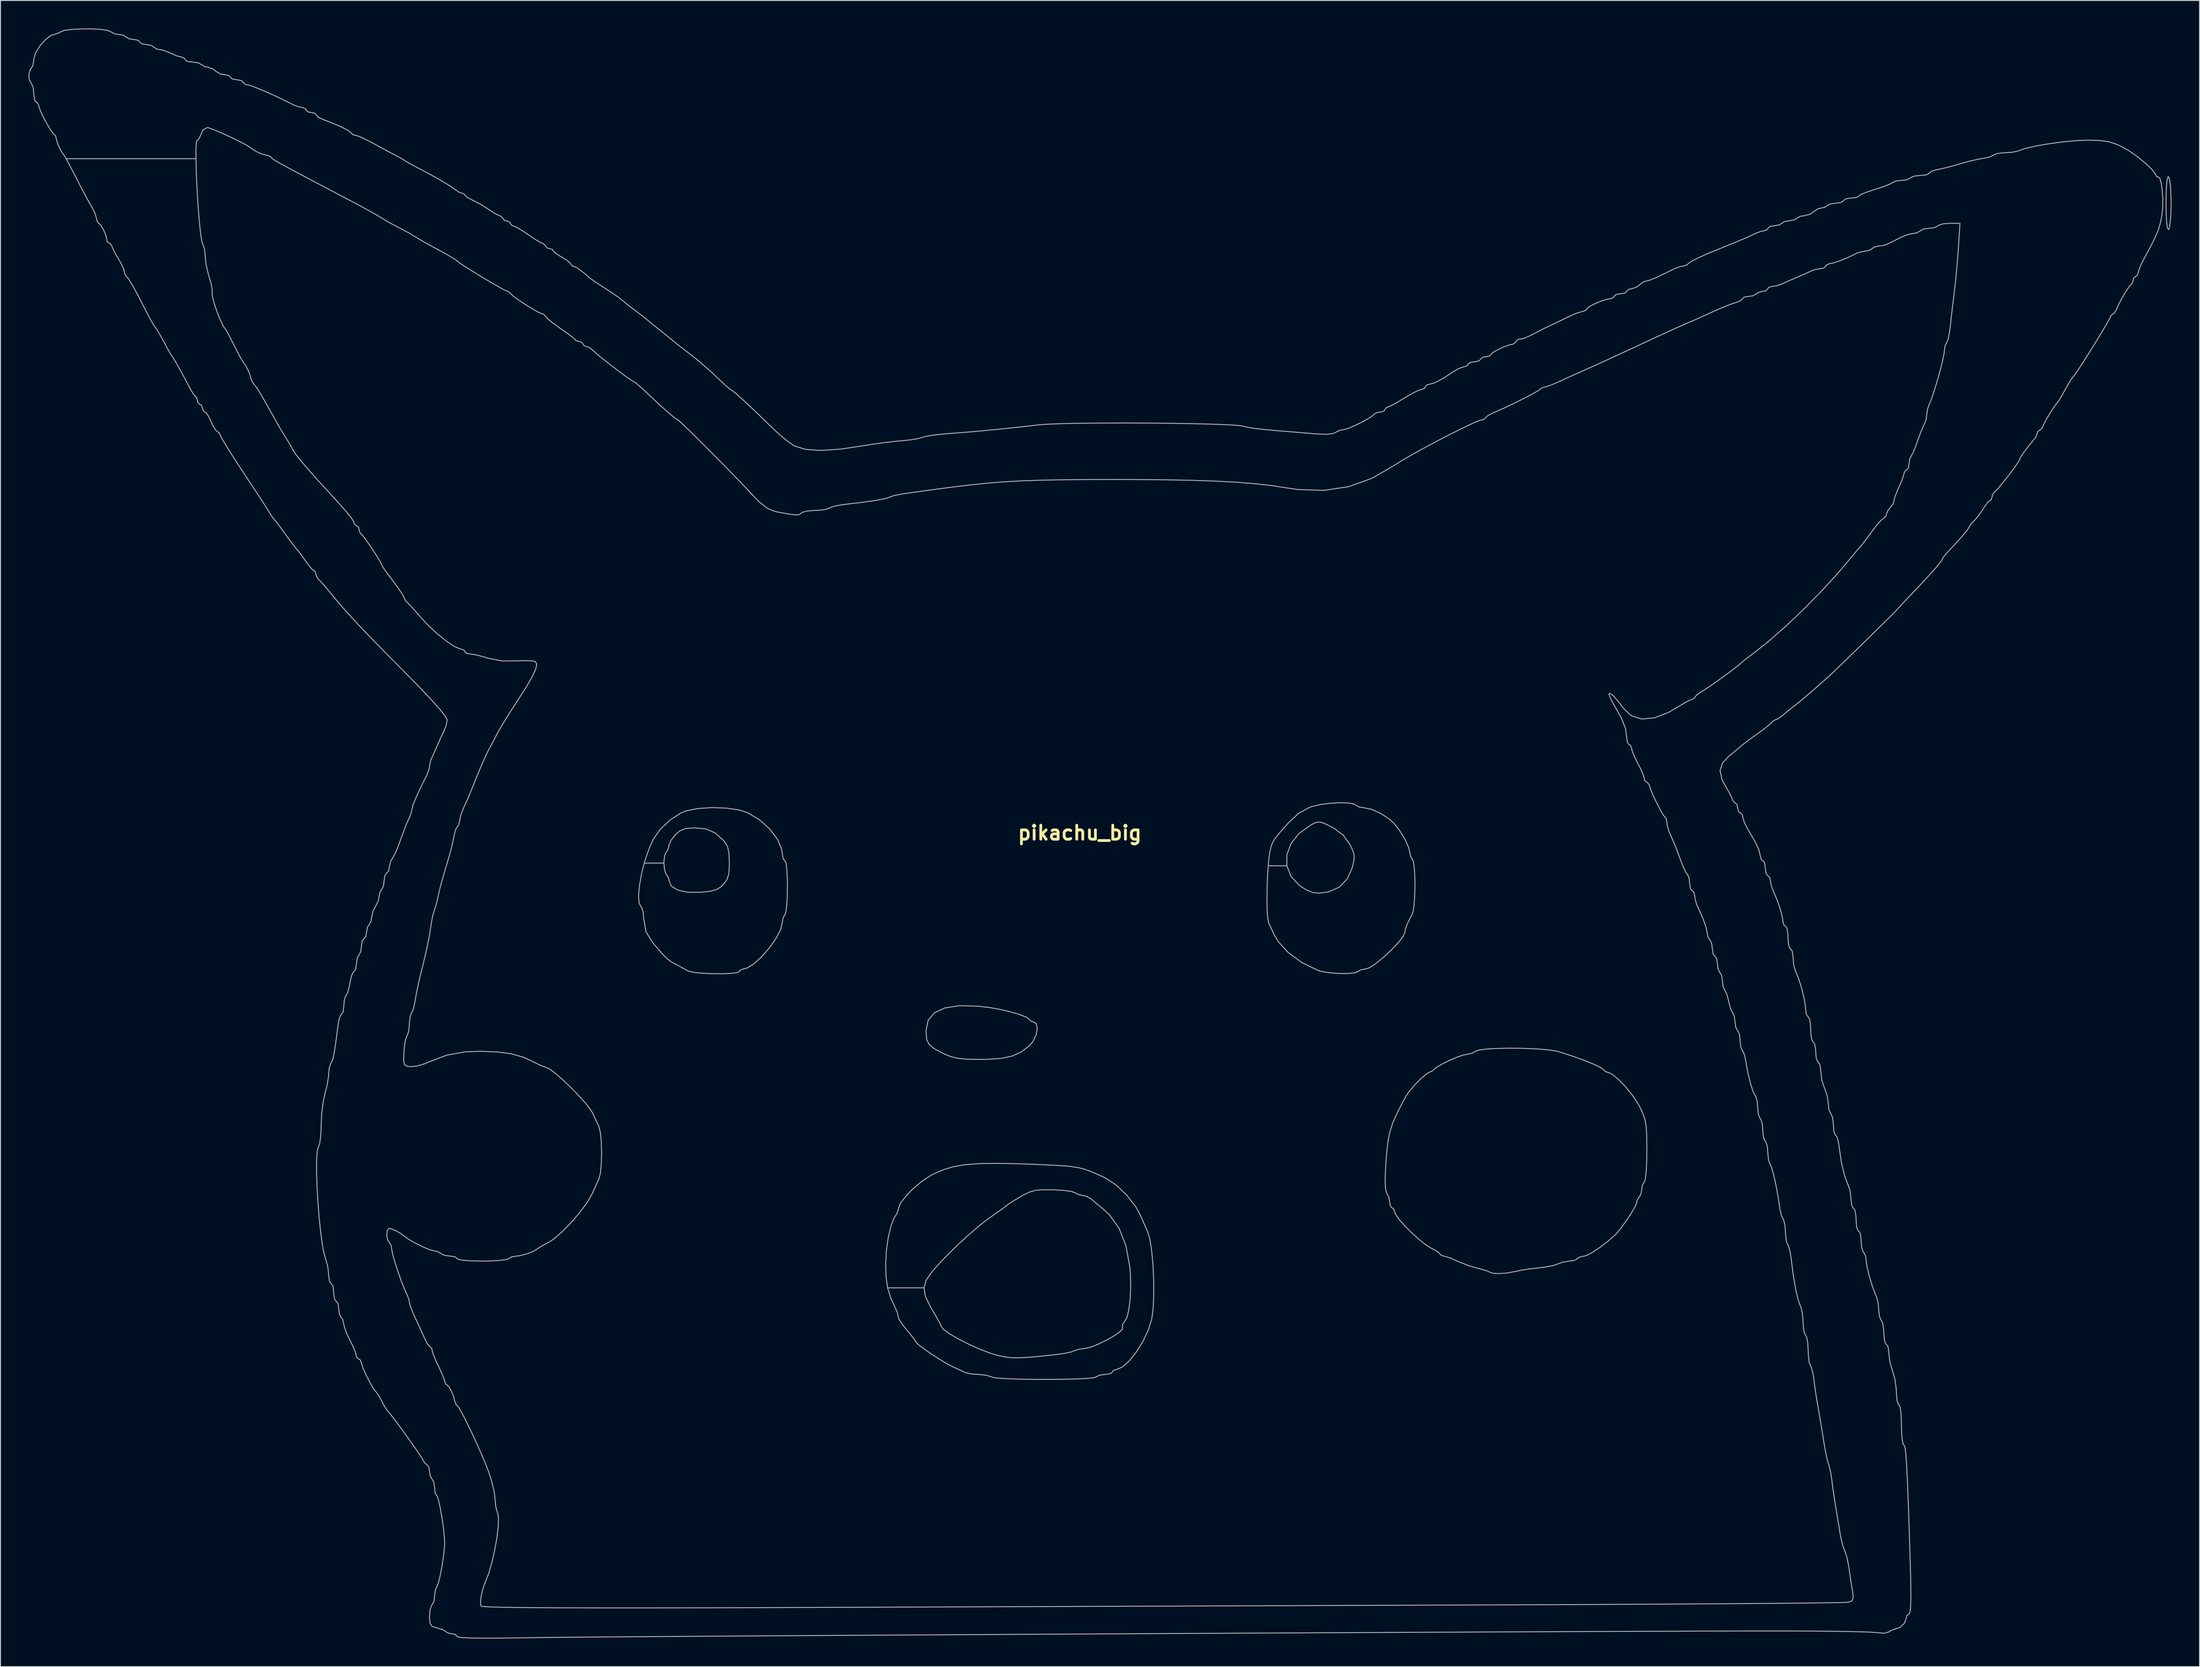
<source format=kicad_pcb>
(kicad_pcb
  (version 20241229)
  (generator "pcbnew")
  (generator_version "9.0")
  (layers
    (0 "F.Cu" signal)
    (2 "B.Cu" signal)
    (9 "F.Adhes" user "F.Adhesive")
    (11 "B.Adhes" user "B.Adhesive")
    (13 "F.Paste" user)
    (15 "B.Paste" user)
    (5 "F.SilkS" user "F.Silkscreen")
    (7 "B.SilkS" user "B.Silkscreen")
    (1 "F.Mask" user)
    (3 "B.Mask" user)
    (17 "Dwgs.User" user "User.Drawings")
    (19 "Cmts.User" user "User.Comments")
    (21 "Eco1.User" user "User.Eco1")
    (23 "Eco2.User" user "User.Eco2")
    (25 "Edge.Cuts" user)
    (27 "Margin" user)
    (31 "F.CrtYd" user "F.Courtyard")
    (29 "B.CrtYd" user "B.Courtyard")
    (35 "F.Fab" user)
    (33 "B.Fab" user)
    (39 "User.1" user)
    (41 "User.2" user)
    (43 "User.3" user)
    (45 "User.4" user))
  (footprint "pikachu_big"
    (layer "F.Cu")
    (at 112.713 86.295)
    (property "Reference" "pikachu_big" (at 0 0 0) (layer "F.SilkS") (effects (font (size 1.5 1.5) (thickness 0.3))))
    (attr board_only exclude_from_pos_files exclude_from_bom)
    (fp_poly (pts (xy 116.849 -70.063) (xy 116.939 -69.315) (xy 116.993 -68.267) (xy 117.002 -67.553) (xy 116.976 -66.384) (xy 116.906 -65.444) (xy 116.804 -64.853) (xy 116.732 -64.716) (xy 116.603 -64.89) (xy 116.514 -65.576) (xy 116.468 -66.748) (xy 116.462 -67.553) (xy 116.484 -68.971) (xy 116.551 -69.917) (xy 116.659 -70.364) (xy 116.732 -70.39)) (stroke (width 0.1) (type solid)) (fill no) (layer "F.Fab"))
    (fp_poly (pts (xy -10.859 18.597) (xy -9.593 18.749) (xy -8.461 18.954) (xy -7.353 19.219) (xy -6.392 19.507) (xy -5.702 19.781) (xy -5.407 20.002) (xy -5.404 20.021) (xy -5.185 20.238) (xy -4.999 20.266) (xy -4.656 20.475) (xy -4.559 21.001) (xy -4.687 21.688) (xy -5.02 22.384) (xy -5.337 22.768) (xy -6.215 23.466) (xy -7.209 23.93) (xy -8.441 24.197) (xy -10.034 24.301) (xy -10.732 24.305) (xy -12.065 24.277) (xy -13.026 24.191) (xy -13.782 24.018) (xy -14.499 23.731) (xy -14.711 23.629) (xy -15.636 23.13) (xy -16.167 22.682) (xy -16.411 22.136) (xy -16.478 21.344) (xy -16.479 21.191) (xy -16.254 20.1) (xy -15.574 19.293) (xy -14.444 18.772) (xy -12.87 18.54)) (stroke (width 0.1) (type solid)) (fill no) (layer "F.Fab"))
    (fp_poly (pts (xy 28.809 -3.207) (xy 29.426 -3.085) (xy 29.588 -2.972) (xy 29.96 -2.764) (xy 30.426 -2.702) (xy 31.289 -2.524) (xy 32.304 -2.066) (xy 33.249 -1.44) (xy 33.683 -1.04) (xy 34.297 -0.248) (xy 34.853 0.674) (xy 35.253 1.543) (xy 35.398 2.154) (xy 35.524 2.668) (xy 35.668 2.837) (xy 35.786 3.165) (xy 35.877 3.906) (xy 35.93 4.934) (xy 35.938 5.559) (xy 35.911 6.738) (xy 35.836 7.758) (xy 35.729 8.465) (xy 35.668 8.65) (xy 35.308 9.366) (xy 35.128 9.724) (xy 34.905 10.347) (xy 34.857 10.675) (xy 34.658 11.126) (xy 34.137 11.79) (xy 33.405 12.561) (xy 32.577 13.333) (xy 31.766 13.998) (xy 31.085 14.452) (xy 30.69 14.591) (xy 30.116 14.69) (xy 29.859 14.862) (xy 29.5 15.013) (xy 28.77 15.086) (xy 27.83 15.086) (xy 26.843 15.016) (xy 25.972 14.88) (xy 25.535 14.754) (xy 23.812 13.91) (xy 22.349 12.839) (xy 21.255 11.632) (xy 20.842 10.925) (xy 20.483 10.152) (xy 20.249 9.646) (xy 20.145 9.124) (xy 20.086 8.196) (xy 20.068 6.996) (xy 20.09 5.656) (xy 20.149 4.31) (xy 20.207 3.532) (xy 22.203 3.532) (xy 22.641 4.659) (xy 23.528 5.632) (xy 24.245 6.091) (xy 24.971 6.394) (xy 25.683 6.466) (xy 26.638 6.332) (xy 26.679 6.324) (xy 27.82 5.833) (xy 28.698 4.906) (xy 29.232 3.68) (xy 29.416 2.853) (xy 29.394 2.249) (xy 29.134 1.587) (xy 28.949 1.228) (xy 28.241 0.238) (xy 27.229 -0.511) (xy 26.997 -0.637) (xy 26.219 -1.022) (xy 25.719 -1.171) (xy 25.301 -1.105) (xy 24.809 -0.865) (xy 23.517 0.052) (xy 22.648 1.146) (xy 22.207 2.334) (xy 22.203 3.532) (xy 20.207 3.532) (xy 20.241 3.09) (xy 20.364 2.129) (xy 20.407 1.907) (xy 20.531 1.404) (xy 20.692 0.993) (xy 20.97 0.556) (xy 21.44 -0.024) (xy 22.179 -0.864) (xy 22.371 -1.079) (xy 23.471 -2.104) (xy 24.628 -2.73) (xy 24.854 -2.81) (xy 25.769 -3.031) (xy 26.832 -3.174) (xy 27.895 -3.235)) (stroke (width 0.1) (type solid)) (fill no) (layer "F.Fab"))
    (fp_poly (pts (xy -37.915 -2.658) (xy -36.547 -2.463) (xy -35.596 -2.163) (xy -34.313 -1.384) (xy -33.213 -0.387) (xy -32.391 0.715) (xy -31.941 1.809) (xy -31.885 2.293) (xy -31.793 2.803) (xy -31.615 2.972) (xy -31.491 3.23) (xy -31.401 3.954) (xy -31.352 5.069) (xy -31.345 5.794) (xy -31.369 7.012) (xy -31.436 7.99) (xy -31.536 8.616) (xy -31.615 8.782) (xy -31.825 9.155) (xy -31.885 9.603) (xy -32.071 10.378) (xy -32.565 11.324) (xy -33.268 12.326) (xy -34.084 13.266) (xy -34.916 14.03) (xy -35.666 14.499) (xy -36.055 14.591) (xy -36.426 14.732) (xy -36.479 14.862) (xy -36.725 14.99) (xy -37.374 15.072) (xy -38.289 15.111) (xy -39.335 15.107) (xy -40.374 15.062) (xy -41.272 14.978) (xy -41.891 14.855) (xy -42.018 14.803) (xy -42.645 14.456) (xy -42.964 14.277) (xy -43.571 13.957) (xy -43.769 13.862) (xy -44.201 13.539) (xy -44.744 12.989) (xy -44.831 12.888) (xy -45.345 12.283) (xy -45.743 11.826) (xy -45.783 11.782) (xy -46.509 10.601) (xy -46.747 9.207) (xy -46.809 8.486) (xy -46.965 8.023) (xy -47.017 7.971) (xy -47.245 7.539) (xy -47.299 6.713) (xy -47.2 5.604) (xy -46.966 4.323) (xy -46.686 3.243) (xy -44.585 3.243) (xy -44.521 3.957) (xy -44.363 4.412) (xy -44.315 4.459) (xy -44.078 4.844) (xy -44.045 5.087) (xy -43.797 5.709) (xy -43.097 6.145) (xy -42.007 6.373) (xy -40.711 6.376) (xy -39.649 6.266) (xy -38.956 6.089) (xy -38.464 5.785) (xy -38.211 5.539) (xy -37.833 5.036) (xy -37.637 4.449) (xy -37.57 3.587) (xy -37.568 3.161) (xy -37.615 2.125) (xy -37.777 1.439) (xy -38.102 0.915) (xy -38.195 0.811) (xy -39.12 -0.012) (xy -40.11 -0.43) (xy -41.302 -0.54) (xy -42.234 -0.472) (xy -42.881 -0.21) (xy -43.332 0.172) (xy -43.806 0.77) (xy -44.039 1.308) (xy -44.045 1.372) (xy -44.178 1.874) (xy -44.315 2.027) (xy -44.489 2.381) (xy -44.581 3.052) (xy -44.585 3.243) (xy -46.686 3.243) (xy -46.618 2.981) (xy -46.175 1.689) (xy -45.72 0.676) (xy -44.963 -0.393) (xy -43.918 -1.382) (xy -42.777 -2.125) (xy -42.191 -2.364) (xy -40.928 -2.615) (xy -39.439 -2.711)) (stroke (width 0.1) (type solid)) (fill no) (layer "F.Fab"))
    (fp_poly (pts (xy 47.539 23.113) (xy 48.907 23.169) (xy 50.116 23.265) (xy 51.049 23.401) (xy 51.341 23.472) (xy 52.709 23.909) (xy 53.974 24.362) (xy 55.039 24.79) (xy 55.807 25.154) (xy 56.183 25.415) (xy 56.204 25.466) (xy 56.422 25.651) (xy 56.585 25.67) (xy 57.074 25.88) (xy 57.749 26.437) (xy 58.508 27.229) (xy 59.248 28.146) (xy 59.868 29.077) (xy 60.066 29.441) (xy 60.385 30.125) (xy 60.595 30.745) (xy 60.719 31.441) (xy 60.779 32.354) (xy 60.797 33.625) (xy 60.798 34.084) (xy 60.776 35.412) (xy 60.715 36.478) (xy 60.623 37.183) (xy 60.528 37.424) (xy 60.317 37.798) (xy 60.257 38.235) (xy 60.155 38.801) (xy 59.987 39.046) (xy 59.744 39.434) (xy 59.717 39.633) (xy 59.566 40.033) (xy 59.179 40.711) (xy 58.653 41.52) (xy 58.085 42.314) (xy 57.571 42.946) (xy 57.425 43.099) (xy 56.629 43.807) (xy 55.751 44.48) (xy 54.926 45.025) (xy 54.292 45.347) (xy 54.081 45.396) (xy 53.554 45.515) (xy 53.367 45.666) (xy 52.996 45.873) (xy 52.523 45.936) (xy 51.747 46.059) (xy 51.285 46.236) (xy 50.705 46.427) (xy 49.822 46.593) (xy 49.209 46.664) (xy 48.156 46.784) (xy 47.161 46.946) (xy 46.747 47.038) (xy 45.831 47.212) (xy 44.935 47.28) (xy 44.244 47.235) (xy 43.976 47.128) (xy 43.634 46.975) (xy 42.967 46.782) (xy 42.685 46.715) (xy 41.676 46.418) (xy 40.632 46.012) (xy 40.451 45.928) (xy 39.705 45.603) (xy 39.129 45.415) (xy 38.995 45.396) (xy 38.669 45.271) (xy 38.64 45.191) (xy 38.419 44.959) (xy 37.874 44.652) (xy 37.762 44.601) (xy 37.14 44.222) (xy 36.358 43.6) (xy 35.526 42.843) (xy 34.751 42.057) (xy 34.143 41.348) (xy 33.809 40.822) (xy 33.777 40.689) (xy 33.637 40.315) (xy 33.506 40.262) (xy 33.297 40.032) (xy 33.236 39.64) (xy 33.114 39.018) (xy 32.938 38.721) (xy 32.786 38.255) (xy 32.739 37.282) (xy 32.784 36.032) (xy 32.899 34.365) (xy 33.044 33.078) (xy 33.263 32.01) (xy 33.602 31.002) (xy 34.106 29.894) (xy 34.82 28.524) (xy 34.973 28.24) (xy 35.352 27.693) (xy 35.923 27.031) (xy 36.556 26.386) (xy 37.121 25.889) (xy 37.488 25.672) (xy 37.505 25.67) (xy 37.85 25.509) (xy 37.875 25.468) (xy 38.192 25.184) (xy 38.851 24.796) (xy 39.682 24.385) (xy 40.518 24.03) (xy 41.191 23.812) (xy 41.422 23.779) (xy 42.063 23.641) (xy 42.381 23.443) (xy 42.8 23.295) (xy 43.642 23.188) (xy 44.79 23.122) (xy 46.128 23.097)) (stroke (width 0.1) (type solid)) (fill no) (layer "F.Fab"))
    (fp_poly (pts (xy -6.89 35.488) (xy -5.254 35.543) (xy -3.702 35.609) (xy -2.36 35.681) (xy -1.352 35.751) (xy -0.946 35.792) (xy -0.147 35.914) (xy 0.538 36.084) (xy 1.288 36.36) (xy 2.284 36.803) (xy 2.684 36.989) (xy 3.861 37.747) (xy 5.023 38.841) (xy 5.997 40.093) (xy 6.475 40.964) (xy 6.854 41.829) (xy 7.176 42.562) (xy 7.294 42.829) (xy 7.527 43.651) (xy 7.714 44.872) (xy 7.848 46.354) (xy 7.923 47.955) (xy 7.933 49.538) (xy 7.87 50.962) (xy 7.73 52.087) (xy 7.717 52.151) (xy 7.359 53.307) (xy 6.795 54.505) (xy 6.1 55.637) (xy 5.35 56.593) (xy 4.62 57.268) (xy 3.987 57.552) (xy 3.929 57.555) (xy 3.562 57.698) (xy 3.513 57.826) (xy 3.278 58.017) (xy 2.718 58.096) (xy 2.094 58.179) (xy 1.756 58.366) (xy 1.441 58.456) (xy 0.686 58.528) (xy -0.41 58.581) (xy -1.747 58.615) (xy -3.226 58.63) (xy -4.745 58.627) (xy -6.207 58.605) (xy -7.511 58.565) (xy -8.558 58.506) (xy -9.247 58.428) (xy -9.457 58.366) (xy -9.988 58.19) (xy -10.759 58.102) (xy -10.88 58.1) (xy -11.684 58.035) (xy -12.311 57.882) (xy -12.366 57.857) (xy -12.949 57.576) (xy -13.646 57.259) (xy -14.255 56.939) (xy -15.05 56.46) (xy -15.903 55.904) (xy -16.691 55.358) (xy -17.286 54.906) (xy -17.563 54.633) (xy -17.569 54.611) (xy -17.735 54.332) (xy -18.157 53.792) (xy -18.515 53.37) (xy -19.048 52.698) (xy -19.389 52.151) (xy -19.455 51.948) (xy -19.571 51.423) (xy -19.693 51.134) (xy -20.264 49.893) (xy -20.602 48.807) (xy -16.701 48.807) (xy -16.556 49.695) (xy -16.037 50.794) (xy -15.807 51.186) (xy -15.331 52.001) (xy -14.99 52.626) (xy -14.86 52.927) (xy -14.622 53.257) (xy -13.988 53.72) (xy -13.065 54.261) (xy -11.963 54.824) (xy -10.792 55.353) (xy -9.661 55.793) (xy -8.678 56.087) (xy -8.66 56.091) (xy -7.973 56.227) (xy -7.286 56.302) (xy -6.487 56.313) (xy -5.469 56.258) (xy -4.121 56.136) (xy -2.567 55.97) (xy -1.637 55.837) (xy -0.902 55.679) (xy -0.587 55.563) (xy -0.074 55.39) (xy 0.643 55.295) (xy 1.222 55.157) (xy 2.022 54.832) (xy 2.902 54.397) (xy 3.718 53.928) (xy 4.328 53.501) (xy 4.592 53.193) (xy 4.594 53.175) (xy 4.571 52.789) (xy 4.731 52.496) (xy 4.788 52.451) (xy 5.054 52.003) (xy 5.262 51.138) (xy 5.402 49.977) (xy 5.46 48.642) (xy 5.425 47.254) (xy 5.371 46.595) (xy 4.954 44.299) (xy 4.223 42.426) (xy 3.166 40.956) (xy 2.603 40.437) (xy 1.915 39.867) (xy 1.365 39.395) (xy 1.204 39.248) (xy 0.635 38.954) (xy 0.344 38.911) (xy -0.237 38.767) (xy -0.449 38.624) (xy -0.84 38.482) (xy -1.62 38.365) (xy -2.634 38.294) (xy -2.867 38.286) (xy -4.009 38.281) (xy -4.812 38.36) (xy -5.478 38.565) (xy -6.206 38.939) (xy -6.35 39.022) (xy -7.105 39.476) (xy -7.652 39.829) (xy -7.836 39.972) (xy -8.113 40.194) (xy -8.712 40.626) (xy -9.507 41.176) (xy -9.552 41.207) (xy -10.652 42.039) (xy -11.958 43.158) (xy -13.331 44.435) (xy -14.633 45.738) (xy -15.725 46.94) (xy -15.882 47.128) (xy -16.476 47.997) (xy -16.701 48.807) (xy -20.602 48.807) (xy -20.604 48.801) (xy -20.767 47.624) (xy -20.806 46.254) (xy -20.735 44.84) (xy -20.539 43.447) (xy -20.252 42.217) (xy -19.902 41.288) (xy -19.635 40.891) (xy -19.465 40.482) (xy -19.455 40.355) (xy -19.243 39.766) (xy -18.68 39.002) (xy -17.874 38.171) (xy -16.934 37.381) (xy -15.969 36.739) (xy -15.656 36.575) (xy -14.615 36.132) (xy -13.532 35.81) (xy -12.306 35.597) (xy -10.839 35.482) (xy -9.029 35.451)) (stroke (width 0.1) (type solid)) (fill no) (layer "F.Fab"))
    (fp_poly (pts (xy -104.977 -86.194) (xy -104.253 -86.09) (xy -103.967 -85.971) (xy -103.457 -85.716) (xy -103.048 -85.657) (xy -102.498 -85.549) (xy -102.276 -85.387) (xy -101.903 -85.178) (xy -101.449 -85.117) (xy -100.949 -85.022) (xy -100.789 -84.847) (xy -100.559 -84.642) (xy -100.13 -84.577) (xy -99.558 -84.477) (xy -99.303 -84.306) (xy -98.917 -84.068) (xy -98.679 -84.035) (xy -98.122 -83.912) (xy -97.448 -83.629) (xy -96.792 -83.344) (xy -96.3 -83.226) (xy -95.961 -83.069) (xy -95.926 -82.955) (xy -95.691 -82.764) (xy -95.131 -82.685) (xy -94.507 -82.602) (xy -94.169 -82.415) (xy -93.786 -82.183) (xy -93.511 -82.145) (xy -92.928 -81.949) (xy -92.683 -81.739) (xy -92.159 -81.416) (xy -91.704 -81.334) (xy -91.212 -81.237) (xy -91.062 -81.064) (xy -90.83 -80.861) (xy -90.386 -80.794) (xy -89.878 -80.701) (xy -89.711 -80.523) (xy -89.489 -80.291) (xy -89.258 -80.253) (xy -88.832 -80.141) (xy -88.046 -79.839) (xy -87.023 -79.401) (xy -85.886 -78.881) (xy -84.758 -78.333) (xy -84.242 -78.068) (xy -83.635 -77.855) (xy -83.364 -77.821) (xy -83.002 -77.677) (xy -82.955 -77.551) (xy -82.729 -77.332) (xy -82.415 -77.281) (xy -81.976 -77.179) (xy -81.874 -77.037) (xy -81.649 -76.782) (xy -81.131 -76.53) (xy -80.066 -76.121) (xy -79.127 -75.707) (xy -78.433 -75.344) (xy -78.103 -75.09) (xy -78.091 -75.055) (xy -77.874 -74.869) (xy -77.712 -74.849) (xy -77.293 -74.724) (xy -76.57 -74.398) (xy -75.753 -73.971) (xy -74.792 -73.444) (xy -73.898 -72.965) (xy -73.363 -72.688) (xy -72.771 -72.373) (xy -72.427 -72.157) (xy -72.417 -72.147) (xy -72.109 -71.948) (xy -71.513 -71.622) (xy -71.336 -71.531) (xy -70.034 -70.85) (xy -68.827 -70.182) (xy -67.829 -69.593) (xy -67.153 -69.149) (xy -66.992 -69.02) (xy -66.504 -68.703) (xy -66.248 -68.634) (xy -65.95 -68.497) (xy -65.932 -68.43) (xy -65.709 -68.199) (xy -65.162 -67.899) (xy -65.054 -67.851) (xy -64.217 -67.42) (xy -63.371 -66.88) (xy -63.315 -66.839) (xy -62.696 -66.43) (xy -62.234 -66.213) (xy -62.167 -66.202) (xy -61.89 -66.007) (xy -61.879 -65.932) (xy -61.66 -65.692) (xy -61.473 -65.662) (xy -61.114 -65.516) (xy -61.068 -65.391) (xy -60.858 -65.135) (xy -60.763 -65.121) (xy -60.393 -64.973) (xy -59.748 -64.59) (xy -59.141 -64.176) (xy -58.395 -63.67) (xy -57.808 -63.327) (xy -57.555 -63.23) (xy -57.293 -63.024) (xy -57.285 -62.96) (xy -57.066 -62.72) (xy -56.88 -62.689) (xy -56.52 -62.576) (xy -56.474 -62.481) (xy -56.259 -62.232) (xy -55.723 -61.872) (xy -55.529 -61.763) (xy -54.929 -61.388) (xy -54.603 -61.083) (xy -54.583 -61.026) (xy -54.377 -60.804) (xy -54.316 -60.798) (xy -53.85 -60.591) (xy -53.047 -59.972) (xy -52.594 -59.576) (xy -52.213 -59.292) (xy -51.532 -58.83) (xy -50.843 -58.384) (xy -50.033 -57.853) (xy -49.386 -57.401) (xy -49.086 -57.164) (xy -48.692 -56.829) (xy -48.048 -56.327) (xy -47.693 -56.059) (xy -46.998 -55.536) (xy -46.463 -55.116) (xy -46.311 -54.988) (xy -45.929 -54.667) (xy -45.305 -54.164) (xy -44.98 -53.907) (xy -44.309 -53.372) (xy -43.795 -52.946) (xy -43.659 -52.827) (xy -43.281 -52.513) (xy -42.649 -52.023) (xy -42.288 -51.751) (xy -40.906 -50.669) (xy -39.556 -49.487) (xy -38.587 -48.571) (xy -37.985 -48.008) (xy -37.554 -47.64) (xy -37.424 -47.557) (xy -37.16 -47.378) (xy -36.586 -46.885) (xy -35.775 -46.145) (xy -34.799 -45.226) (xy -33.731 -44.195) (xy -33.14 -43.613) (xy -32.258 -42.788) (xy -31.395 -42.065) (xy -30.708 -41.574) (xy -30.578 -41.5) (xy -29.406 -41.14) (xy -27.771 -41.028) (xy -25.691 -41.162) (xy -23.644 -41.461) (xy -22.25 -41.685) (xy -20.823 -41.882) (xy -19.594 -42.02) (xy -19.185 -42.054) (xy -18.181 -42.155) (xy -17.334 -42.296) (xy -16.888 -42.425) (xy -16.36 -42.566) (xy -15.475 -42.702) (xy -14.416 -42.806) (xy -14.321 -42.813) (xy -11.52 -43.032) (xy -8.459 -43.319) (xy -5.411 -43.65) (xy -4.459 -43.764) (xy -3.621 -43.831) (xy -2.383 -43.885) (xy -0.816 -43.925) (xy 1.007 -43.952) (xy 3.016 -43.966) (xy 5.138 -43.969) (xy 7.302 -43.959) (xy 9.436 -43.939) (xy 11.469 -43.908) (xy 13.328 -43.867) (xy 14.943 -43.817) (xy 16.241 -43.758) (xy 17.151 -43.69) (xy 17.601 -43.614) (xy 17.621 -43.604) (xy 18.01 -43.502) (xy 18.811 -43.38) (xy 19.894 -43.257) (xy 20.792 -43.177) (xy 22.211 -43.061) (xy 23.646 -42.942) (xy 24.877 -42.838) (xy 25.362 -42.796) (xy 26.47 -42.752) (xy 27.184 -42.84) (xy 27.375 -42.939) (xy 27.882 -43.193) (xy 28.187 -43.234) (xy 28.669 -43.353) (xy 29.407 -43.655) (xy 30.233 -44.054) (xy 30.977 -44.466) (xy 31.471 -44.807) (xy 31.57 -44.923) (xy 31.879 -45.092) (xy 32.178 -45.126) (xy 32.605 -45.243) (xy 32.696 -45.396) (xy 32.903 -45.656) (xy 32.979 -45.666) (xy 33.339 -45.803) (xy 33.999 -46.16) (xy 34.741 -46.612) (xy 35.567 -47.103) (xy 36.254 -47.445) (xy 36.619 -47.557) (xy 36.975 -47.705) (xy 37.019 -47.828) (xy 37.236 -48.073) (xy 37.394 -48.098) (xy 38.076 -48.284) (xy 39.063 -48.818) (xy 39.902 -49.381) (xy 40.564 -49.78) (xy 41.109 -49.983) (xy 41.182 -49.989) (xy 41.557 -50.128) (xy 41.613 -50.26) (xy 41.844 -50.463) (xy 42.288 -50.53) (xy 42.796 -50.622) (xy 42.964 -50.8) (xy 43.19 -51.02) (xy 43.504 -51.07) (xy 43.944 -51.162) (xy 44.045 -51.288) (xy 44.269 -51.515) (xy 44.815 -51.829) (xy 45.496 -52.143) (xy 46.124 -52.366) (xy 46.432 -52.421) (xy 46.729 -52.603) (xy 46.747 -52.691) (xy 46.966 -52.931) (xy 47.156 -52.962) (xy 47.544 -53.024) (xy 48.103 -53.249) (xy 48.965 -53.691) (xy 49.179 -53.807) (xy 49.687 -54.064) (xy 50.408 -54.409) (xy 50.53 -54.466) (xy 51.426 -54.89) (xy 52.388 -55.356) (xy 52.514 -55.419) (xy 53.248 -55.741) (xy 53.821 -55.921) (xy 53.933 -55.934) (xy 54.276 -56.059) (xy 54.313 -56.152) (xy 54.54 -56.391) (xy 55.1 -56.706) (xy 55.808 -57.013) (xy 56.48 -57.231) (xy 56.835 -57.285) (xy 57.223 -57.418) (xy 57.285 -57.555) (xy 57.516 -57.758) (xy 57.961 -57.826) (xy 58.468 -57.918) (xy 58.636 -58.096) (xy 58.861 -58.32) (xy 59.144 -58.366) (xy 59.741 -58.562) (xy 59.987 -58.771) (xy 60.434 -59.114) (xy 60.67 -59.177) (xy 61.047 -59.265) (xy 61.736 -59.546) (xy 62.796 -60.046) (xy 63.834 -60.561) (xy 64.431 -60.765) (xy 64.69 -60.798) (xy 65.096 -60.918) (xy 65.166 -61.001) (xy 65.478 -61.25) (xy 66.198 -61.633) (xy 67.229 -62.099) (xy 67.823 -62.345) (xy 68.635 -62.675) (xy 69.174 -62.896) (xy 69.867 -63.182) (xy 70.732 -63.538) (xy 70.931 -63.621) (xy 71.723 -63.962) (xy 72.362 -64.262) (xy 72.481 -64.324) (xy 73.084 -64.545) (xy 73.359 -64.581) (xy 73.721 -64.726) (xy 73.768 -64.851) (xy 73.999 -65.056) (xy 74.428 -65.121) (xy 75 -65.221) (xy 75.254 -65.391) (xy 75.628 -65.603) (xy 76.065 -65.662) (xy 76.631 -65.764) (xy 76.876 -65.932) (xy 77.25 -66.145) (xy 77.669 -66.202) (xy 78.311 -66.368) (xy 78.632 -66.607) (xy 79.157 -66.954) (xy 79.46 -67.013) (xy 79.963 -67.145) (xy 80.118 -67.283) (xy 80.483 -67.478) (xy 81.08 -67.553) (xy 81.642 -67.633) (xy 81.874 -67.823) (xy 82.109 -68.013) (xy 82.675 -68.094) (xy 82.685 -68.094) (xy 83.255 -68.152) (xy 83.496 -68.294) (xy 83.496 -68.296) (xy 83.734 -68.469) (xy 84.36 -68.731) (xy 85.24 -69.025) (xy 85.276 -69.036) (xy 86.186 -69.334) (xy 86.87 -69.6) (xy 87.182 -69.778) (xy 87.184 -69.779) (xy 87.518 -69.928) (xy 88.089 -69.985) (xy 88.707 -70.07) (xy 89.035 -70.255) (xy 89.394 -70.438) (xy 90.049 -70.524) (xy 90.132 -70.526) (xy 90.751 -70.587) (xy 91.055 -70.738) (xy 91.062 -70.766) (xy 91.297 -70.968) (xy 91.871 -71.138) (xy 91.94 -71.15) (xy 92.705 -71.315) (xy 93.703 -71.578) (xy 94.304 -71.756) (xy 95.342 -72.044) (xy 96.352 -72.271) (xy 96.805 -72.346) (xy 97.502 -72.488) (xy 97.933 -72.676) (xy 97.97 -72.716) (xy 98.312 -72.87) (xy 98.976 -72.953) (xy 99.188 -72.957) (xy 100.004 -73.016) (xy 100.646 -73.16) (xy 100.725 -73.195) (xy 101.429 -73.437) (xy 102.528 -73.686) (xy 103.878 -73.919) (xy 105.334 -74.115) (xy 106.751 -74.252) (xy 107.986 -74.308) (xy 108.07 -74.309) (xy 109.354 -74.273) (xy 110.314 -74.138) (xy 111.166 -73.865) (xy 111.682 -73.633) (xy 112.524 -73.15) (xy 113.426 -72.514) (xy 114.272 -71.821) (xy 114.946 -71.171) (xy 115.332 -70.663) (xy 115.381 -70.5) (xy 115.542 -70.337) (xy 115.617 -70.369) (xy 115.792 -70.235) (xy 115.943 -69.695) (xy 116.054 -68.885) (xy 116.11 -67.941) (xy 116.096 -66.998) (xy 116.051 -66.514) (xy 115.9 -65.616) (xy 115.672 -64.795) (xy 115.31 -63.907) (xy 114.759 -62.81) (xy 114.208 -61.802) (xy 113.805 -61.007) (xy 113.544 -60.361) (xy 113.489 -60.113) (xy 113.34 -59.759) (xy 113.219 -59.717) (xy 112.976 -59.5) (xy 112.949 -59.334) (xy 112.828 -58.93) (xy 112.746 -58.861) (xy 112.491 -58.579) (xy 112.099 -57.985) (xy 111.672 -57.25) (xy 111.312 -56.548) (xy 111.144 -56.137) (xy 110.906 -55.737) (xy 110.756 -55.664) (xy 110.523 -55.458) (xy 110.517 -55.401) (xy 110.381 -55.105) (xy 110.015 -54.459) (xy 109.485 -53.568) (xy 108.855 -52.536) (xy 108.19 -51.467) (xy 107.553 -50.464) (xy 107.011 -49.633) (xy 106.627 -49.077) (xy 106.488 -48.909) (xy 106.247 -48.59) (xy 105.991 -48.165) (xy 105.574 -47.415) (xy 105.315 -46.949) (xy 105.01 -46.439) (xy 104.84 -46.206) (xy 104.534 -45.814) (xy 104.115 -45.174) (xy 103.686 -44.461) (xy 103.354 -43.848) (xy 103.221 -43.51) (xy 103.019 -43.243) (xy 102.951 -43.234) (xy 102.691 -43.027) (xy 102.681 -42.952) (xy 102.525 -42.506) (xy 102.415 -42.344) (xy 101.596 -41.325) (xy 101.084 -40.648) (xy 100.834 -40.25) (xy 100.789 -40.104) (xy 100.632 -39.801) (xy 100.228 -39.212) (xy 99.676 -38.47) (xy 99.077 -37.702) (xy 98.531 -37.039) (xy 98.138 -36.611) (xy 98.026 -36.524) (xy 97.835 -36.213) (xy 97.817 -36.051) (xy 97.696 -35.706) (xy 97.605 -35.668) (xy 97.345 -35.457) (xy 96.969 -34.935) (xy 96.881 -34.79) (xy 96.4 -34.074) (xy 95.915 -33.51) (xy 95.877 -33.475) (xy 95.498 -33.073) (xy 95.385 -32.86) (xy 95.21 -32.561) (xy 94.74 -31.977) (xy 94.062 -31.205) (xy 93.26 -30.346) (xy 93.021 -30.099) (xy 92.598 -29.603) (xy 92.413 -29.26) (xy 92.413 -29.252) (xy 92.236 -28.982) (xy 91.754 -28.405) (xy 91.035 -27.599) (xy 90.15 -26.647) (xy 89.982 -26.47) (xy 89.079 -25.517) (xy 88.327 -24.719) (xy 87.797 -24.15) (xy 87.557 -23.884) (xy 87.55 -23.874) (xy 87.368 -23.683) (xy 86.873 -23.188) (xy 86.137 -22.461) (xy 85.234 -21.573) (xy 84.239 -20.596) (xy 83.224 -19.604) (xy 82.264 -18.667) (xy 81.432 -17.859) (xy 80.801 -17.25) (xy 80.446 -16.914) (xy 80.417 -16.888) (xy 80.056 -16.57) (xy 79.443 -16.025) (xy 78.894 -15.537) (xy 78.006 -14.769) (xy 77.079 -14) (xy 76.632 -13.646) (xy 75.938 -13.095) (xy 75.388 -12.636) (xy 75.236 -12.497) (xy 74.8 -12.205) (xy 74.621 -12.16) (xy 74.283 -11.971) (xy 74.263 -11.931) (xy 74.011 -11.669) (xy 73.438 -11.205) (xy 72.687 -10.652) (xy 71.884 -10.075) (xy 71.241 -9.594) (xy 70.911 -9.327) (xy 70.533 -8.999) (xy 69.918 -8.494) (xy 69.628 -8.26) (xy 68.895 -7.485) (xy 68.643 -6.656) (xy 68.864 -5.69) (xy 69.31 -4.864) (xy 69.713 -4.17) (xy 69.954 -3.649) (xy 69.985 -3.518) (xy 70.187 -3.251) (xy 70.255 -3.243) (xy 70.475 -3.016) (xy 70.526 -2.702) (xy 70.639 -2.263) (xy 70.796 -2.162) (xy 71.035 -1.938) (xy 71.086 -1.689) (xy 71.237 -1.143) (xy 71.579 -0.457) (xy 71.611 -0.405) (xy 72.372 0.889) (xy 72.812 1.826) (xy 72.957 2.461) (xy 72.957 2.473) (xy 73.079 2.889) (xy 73.228 2.972) (xy 73.417 3.207) (xy 73.498 3.773) (xy 73.498 3.783) (xy 73.576 4.352) (xy 73.765 4.594) (xy 73.768 4.594) (xy 73.991 4.819) (xy 74.038 5.112) (xy 74.156 5.725) (xy 74.417 6.396) (xy 74.819 7.339) (xy 75.156 8.356) (xy 75.359 9.226) (xy 75.389 9.544) (xy 75.522 9.934) (xy 75.66 9.998) (xy 75.821 10.239) (xy 75.917 10.85) (xy 75.93 11.214) (xy 75.983 11.939) (xy 76.119 12.374) (xy 76.2 12.43) (xy 76.378 12.667) (xy 76.468 13.252) (xy 76.47 13.379) (xy 76.54 14.166) (xy 76.71 14.775) (xy 76.721 14.798) (xy 77.056 15.596) (xy 77.39 16.662) (xy 77.662 17.765) (xy 77.81 18.676) (xy 77.821 18.898) (xy 77.898 19.475) (xy 78.084 19.725) (xy 78.091 19.726) (xy 78.246 19.969) (xy 78.343 20.59) (xy 78.362 21.077) (xy 78.41 21.847) (xy 78.535 22.336) (xy 78.632 22.428) (xy 78.801 22.667) (xy 78.895 23.266) (xy 78.902 23.509) (xy 78.962 24.185) (xy 79.112 24.562) (xy 79.172 24.589) (xy 79.346 24.828) (xy 79.439 25.42) (xy 79.444 25.603) (xy 79.558 26.519) (xy 79.832 27.354) (xy 79.85 27.39) (xy 80.144 28.242) (xy 80.253 29.063) (xy 80.327 29.725) (xy 80.507 30.117) (xy 80.523 30.129) (xy 80.696 30.483) (xy 80.789 31.155) (xy 80.794 31.361) (xy 80.849 32.032) (xy 80.985 32.401) (xy 81.038 32.426) (xy 81.206 32.668) (xy 81.358 33.284) (xy 81.417 33.709) (xy 81.643 35.281) (xy 81.956 36.646) (xy 82.318 37.648) (xy 82.368 37.744) (xy 82.588 38.427) (xy 82.685 39.265) (xy 82.685 39.298) (xy 82.752 39.93) (xy 82.916 40.252) (xy 82.955 40.262) (xy 83.116 40.503) (xy 83.213 41.114) (xy 83.226 41.478) (xy 83.279 42.203) (xy 83.415 42.638) (xy 83.496 42.694) (xy 83.666 42.933) (xy 83.76 43.53) (xy 83.766 43.759) (xy 83.829 44.478) (xy 83.985 44.939) (xy 84.036 44.99) (xy 84.242 45.361) (xy 84.306 45.848) (xy 84.397 46.522) (xy 84.629 47.489) (xy 84.944 48.539) (xy 85.281 49.463) (xy 85.425 49.783) (xy 85.587 50.375) (xy 85.657 51.157) (xy 85.657 51.186) (xy 85.729 51.86) (xy 85.903 52.267) (xy 85.928 52.286) (xy 86.092 52.636) (xy 86.188 53.321) (xy 86.198 53.653) (xy 86.252 54.373) (xy 86.39 54.801) (xy 86.468 54.853) (xy 86.646 55.091) (xy 86.736 55.676) (xy 86.738 55.808) (xy 86.85 56.73) (xy 87.12 57.675) (xy 87.144 57.732) (xy 87.395 58.621) (xy 87.537 59.678) (xy 87.549 60.02) (xy 87.599 60.78) (xy 87.726 61.256) (xy 87.819 61.338) (xy 87.953 61.591) (xy 88.047 62.281) (xy 88.088 63.307) (xy 88.089 63.5) (xy 88.119 64.504) (xy 88.197 65.26) (xy 88.309 65.64) (xy 88.346 65.662) (xy 88.421 65.751) (xy 88.491 66.047) (xy 88.558 66.588) (xy 88.623 67.414) (xy 88.689 68.565) (xy 88.758 70.079) (xy 88.832 71.997) (xy 88.913 74.357) (xy 89.004 77.2) (xy 89.049 78.699) (xy 89.097 80.703) (xy 89.103 82.188) (xy 89.066 83.175) (xy 88.986 83.683) (xy 88.916 83.766) (xy 88.666 83.986) (xy 88.63 84.191) (xy 88.415 84.778) (xy 87.918 85.25) (xy 87.487 85.387) (xy 86.973 85.564) (xy 86.816 85.688) (xy 86.29 85.86) (xy 85.343 85.785) (xy 84.836 85.744) (xy 83.849 85.707) (xy 82.441 85.675) (xy 80.672 85.649) (xy 78.602 85.63) (xy 76.291 85.617) (xy 73.798 85.613) (xy 71.606 85.616) (xy 68.115 85.626) (xy 64.286 85.639) (xy 60.149 85.655) (xy 55.736 85.672) (xy 51.074 85.691) (xy 46.195 85.712) (xy 41.128 85.735) (xy 35.902 85.759) (xy 30.549 85.785) (xy 25.097 85.812) (xy 19.576 85.839) (xy 14.017 85.868) (xy 8.449 85.897) (xy 2.901 85.927) (xy -2.595 85.957) (xy -8.011 85.987) (xy -13.317 86.017) (xy -18.482 86.047) (xy -23.477 86.076) (xy -28.272 86.105) (xy -32.837 86.134) (xy -37.142 86.161) (xy -41.158 86.188) (xy -44.854 86.213) (xy -48.201 86.237) (xy -51.17 86.26) (xy -53.729 86.28) (xy -55.849 86.3) (xy -57.501 86.317) (xy -58.655 86.332) (xy -58.974 86.337) (xy -61.566 86.377) (xy -63.625 86.389) (xy -65.159 86.372) (xy -66.175 86.327) (xy -66.68 86.254) (xy -66.743 86.206) (xy -66.968 85.978) (xy -67.267 85.928) (xy -67.773 85.82) (xy -67.937 85.692) (xy -68.282 85.477) (xy -68.899 85.294) (xy -69.428 85.132) (xy -69.66 84.813) (xy -69.715 84.156) (xy -69.715 84.059) (xy -69.652 83.337) (xy -69.497 82.873) (xy -69.445 82.82) (xy -69.245 82.452) (xy -69.174 81.913) (xy -69.098 81.271) (xy -68.948 80.915) (xy -68.777 80.505) (xy -68.579 79.716) (xy -68.384 78.709) (xy -68.22 77.643) (xy -68.116 76.677) (xy -68.094 76.171) (xy -68.136 75.376) (xy -68.246 74.381) (xy -68.402 73.322) (xy -68.58 72.334) (xy -68.757 71.553) (xy -68.91 71.115) (xy -68.964 71.066) (xy -69.113 70.831) (xy -69.174 70.271) (xy -69.258 69.647) (xy -69.445 69.31) (xy -69.654 68.937) (xy -69.715 68.483) (xy -69.794 67.983) (xy -69.942 67.823) (xy -70.214 67.607) (xy -70.448 67.215) (xy -70.691 66.813) (xy -71.176 66.099) (xy -71.816 65.189) (xy -72.526 64.204) (xy -73.22 63.26) (xy -73.814 62.475) (xy -74.222 61.969) (xy -74.306 61.879) (xy -74.511 61.565) (xy -74.823 60.984) (xy -74.849 60.933) (xy -75.18 60.336) (xy -75.436 59.986) (xy -75.447 59.977) (xy -75.728 59.613) (xy -76.118 58.937) (xy -76.524 58.135) (xy -76.852 57.395) (xy -77.008 56.904) (xy -77.011 56.865) (xy -77.161 56.515) (xy -77.281 56.474) (xy -77.527 56.259) (xy -77.551 56.109) (xy -77.671 55.676) (xy -77.979 54.965) (xy -78.227 54.474) (xy -78.613 53.654) (xy -78.858 52.957) (xy -78.902 52.693) (xy -79.03 52.182) (xy -79.172 52.016) (xy -79.367 51.651) (xy -79.443 51.054) (xy -79.522 50.492) (xy -79.713 50.26) (xy -79.891 50.022) (xy -79.981 49.438) (xy -79.983 49.314) (xy -80.051 48.689) (xy -80.218 48.376) (xy -80.253 48.368) (xy -80.433 48.131) (xy -80.522 47.549) (xy -80.523 47.44) (xy -80.621 46.538) (xy -80.841 45.751) (xy -81.043 45.042) (xy -81.235 43.96) (xy -81.41 42.603) (xy -81.563 41.071) (xy -81.688 39.462) (xy -81.776 37.876) (xy -81.824 36.41) (xy -81.823 35.164) (xy -81.767 34.237) (xy -81.651 33.727) (xy -81.62 33.684) (xy -81.481 33.29) (xy -81.379 32.513) (xy -81.332 31.511) (xy -81.331 31.358) (xy -81.273 30.13) (xy -81.123 28.905) (xy -80.926 27.992) (xy -80.685 27.028) (xy -80.541 26.124) (xy -80.523 25.816) (xy -80.452 25.139) (xy -80.281 24.711) (xy -80.126 24.413) (xy -79.974 23.812) (xy -79.81 22.838) (xy -79.623 21.422) (xy -79.541 20.739) (xy -79.407 19.991) (xy -79.236 19.528) (xy -79.146 19.455) (xy -78.984 19.218) (xy -78.904 18.636) (xy -78.902 18.526) (xy -78.839 17.859) (xy -78.685 17.465) (xy -78.663 17.448) (xy -78.482 17.112) (xy -78.304 16.437) (xy -78.241 16.081) (xy -78.082 15.356) (xy -77.89 14.919) (xy -77.805 14.862) (xy -77.625 14.627) (xy -77.551 14.067) (xy -77.468 13.443) (xy -77.281 13.105) (xy -77.086 12.74) (xy -77.011 12.144) (xy -76.931 11.581) (xy -76.74 11.349) (xy -76.536 11.118) (xy -76.47 10.689) (xy -76.371 10.117) (xy -76.2 9.863) (xy -75.984 9.487) (xy -75.93 9.088) (xy -75.767 8.382) (xy -75.533 7.955) (xy -75.21 7.29) (xy -75.128 6.839) (xy -75.01 6.293) (xy -74.849 6.08) (xy -74.654 5.715) (xy -74.579 5.118) (xy -74.499 4.556) (xy -74.309 4.323) (xy -74.095 4.095) (xy -74.038 3.737) (xy -73.88 3.053) (xy -73.689 2.723) (xy -73.384 2.197) (xy -73.065 1.423) (xy -72.996 1.216) (xy -72.215 -0.897) (xy -71.845 -1.685) (xy -71.639 -2.28) (xy -71.606 -2.538) (xy -71.481 -3.008) (xy -71.13 -3.863) (xy -70.593 -5.015) (xy -69.958 -6.279) (xy -69.748 -6.89) (xy -69.715 -7.161) (xy -69.596 -7.752) (xy -69.476 -8.042) (xy -69.201 -8.63) (xy -68.903 -9.322) (xy -68.53 -10.164) (xy -68.196 -10.85) (xy -67.919 -11.566) (xy -67.823 -12.119) (xy -68.02 -12.512) (xy -68.597 -13.247) (xy -69.533 -14.301) (xy -70.81 -15.651) (xy -72.214 -17.081) (xy -74.121 -19.004) (xy -75.696 -20.612) (xy -76.994 -21.963) (xy -78.072 -23.118) (xy -78.985 -24.136) (xy -79.79 -25.078) (xy -80.388 -25.81) (xy -80.979 -26.522) (xy -81.447 -27.043) (xy -81.672 -27.246) (xy -81.857 -27.558) (xy -81.874 -27.719) (xy -81.99 -28.066) (xy -82.077 -28.104) (xy -82.339 -28.309) (xy -82.76 -28.823) (xy -82.955 -29.098) (xy -83.433 -29.775) (xy -83.82 -30.28) (xy -83.907 -30.379) (xy -84.199 -30.738) (xy -84.693 -31.392) (xy -85.249 -32.155) (xy -85.812 -32.926) (xy -86.258 -33.51) (xy -86.486 -33.777) (xy -86.744 -34.134) (xy -86.765 -34.182) (xy -86.944 -34.485) (xy -87.373 -35.16) (xy -88 -36.127) (xy -88.777 -37.308) (xy -89.508 -38.411) (xy -90.363 -39.713) (xy -91.103 -40.869) (xy -91.677 -41.8) (xy -92.039 -42.429) (xy -92.143 -42.667) (xy -92.289 -42.951) (xy -92.349 -42.964) (xy -92.625 -43.194) (xy -92.991 -43.786) (xy -93.355 -44.592) (xy -93.378 -44.653) (xy -93.638 -45.05) (xy -93.795 -45.126) (xy -94.007 -45.345) (xy -94.034 -45.531) (xy -94.18 -45.89) (xy -94.304 -45.936) (xy -94.548 -46.153) (xy -94.574 -46.319) (xy -94.696 -46.723) (xy -94.777 -46.792) (xy -95.029 -47.073) (xy -95.369 -47.635) (xy -95.399 -47.693) (xy -95.958 -48.753) (xy -96.491 -49.736) (xy -96.933 -50.523) (xy -97.22 -50.995) (xy -97.277 -51.07) (xy -97.484 -51.382) (xy -97.806 -51.959) (xy -97.837 -52.016) (xy -98.43 -53.115) (xy -98.892 -53.907) (xy -99.172 -54.305) (xy -99.181 -54.313) (xy -99.372 -54.609) (xy -99.721 -55.242) (xy -100.079 -55.934) (xy -100.914 -57.558) (xy -101.54 -58.709) (xy -101.969 -59.408) (xy -102.208 -59.672) (xy -102.393 -59.983) (xy -102.411 -60.15) (xy -102.547 -60.6) (xy -102.893 -61.285) (xy -103.086 -61.609) (xy -103.489 -62.302) (xy -103.731 -62.824) (xy -103.762 -62.954) (xy -103.964 -63.221) (xy -104.032 -63.23) (xy -104.281 -63.444) (xy -104.302 -63.581) (xy -104.411 -64.089) (xy -104.666 -64.703) (xy -104.964 -65.208) (xy -105.18 -65.389) (xy -105.362 -65.616) (xy -105.403 -65.864) (xy -105.554 -66.411) (xy -105.893 -67.098) (xy -105.924 -67.148) (xy -106.27 -67.752) (xy -106.771 -68.679) (xy -107.341 -69.769) (xy -107.59 -70.255) (xy -108.107 -71.261) (xy -108.538 -72.074) (xy -108.676 -72.32) (xy -94.755 -72.32) (xy -94.723 -71.03) (xy -94.663 -69.587) (xy -94.58 -68.087) (xy -94.479 -66.626) (xy -94.365 -65.302) (xy -94.245 -64.208) (xy -94.123 -63.444) (xy -94.01 -63.108) (xy -93.846 -62.685) (xy -93.765 -61.984) (xy -93.764 -61.873) (xy -93.672 -61.001) (xy -93.442 -59.981) (xy -93.335 -59.634) (xy -93.106 -58.831) (xy -93.011 -58.211) (xy -93.027 -58.032) (xy -93.002 -57.592) (xy -92.807 -56.832) (xy -92.502 -55.922) (xy -92.148 -55.033) (xy -91.806 -54.333) (xy -91.603 -54.043) (xy -91.421 -53.748) (xy -91.077 -53.109) (xy -90.656 -52.286) (xy -90.226 -51.445) (xy -89.885 -50.812) (xy -89.711 -50.53) (xy -89.396 -50.079) (xy -89.082 -49.453) (xy -88.906 -48.935) (xy -88.9 -48.866) (xy -88.735 -48.415) (xy -88.522 -48.119) (xy -88.331 -47.884) (xy -88.106 -47.556) (xy -87.799 -47.052) (xy -87.361 -46.29) (xy -86.741 -45.186) (xy -86.256 -44.315) (xy -85.764 -43.454) (xy -85.298 -42.678) (xy -85.136 -42.423) (xy -84.661 -41.639) (xy -84.328 -41.023) (xy -84.011 -40.555) (xy -83.405 -39.795) (xy -82.592 -38.842) (xy -81.655 -37.793) (xy -81.501 -37.625) (xy -80.221 -36.231) (xy -79.267 -35.177) (xy -78.596 -34.41) (xy -78.162 -33.875) (xy -77.92 -33.521) (xy -77.827 -33.294) (xy -77.821 -33.234) (xy -77.616 -32.974) (xy -77.551 -32.966) (xy -77.308 -32.749) (xy -77.281 -32.583) (xy -77.16 -32.179) (xy -77.078 -32.11) (xy -76.842 -31.855) (xy -76.422 -31.285) (xy -75.916 -30.547) (xy -75.421 -29.787) (xy -75.034 -29.15) (xy -74.852 -28.784) (xy -74.849 -28.761) (xy -74.696 -28.485) (xy -74.291 -27.902) (xy -73.718 -27.132) (xy -73.633 -27.021) (xy -73.041 -26.218) (xy -72.609 -25.566) (xy -72.419 -25.193) (xy -72.417 -25.173) (xy -72.25 -24.835) (xy -72.214 -24.815) (xy -71.952 -24.578) (xy -71.447 -24.035) (xy -70.801 -23.296) (xy -70.699 -23.175) (xy -69.816 -22.226) (xy -68.839 -21.321) (xy -67.875 -20.547) (xy -67.032 -19.989) (xy -66.42 -19.733) (xy -66.337 -19.726) (xy -65.977 -19.579) (xy -65.932 -19.455) (xy -65.703 -19.243) (xy -65.324 -19.181) (xy -64.702 -19.091) (xy -63.85 -18.867) (xy -63.5 -18.752) (xy -61.969 -18.446) (xy -60.476 -18.444) (xy -59.512 -18.478) (xy -58.751 -18.453) (xy -58.371 -18.378) (xy -58.221 -18.104) (xy -58.32 -17.586) (xy -58.689 -16.778) (xy -59.349 -15.636) (xy -60.321 -14.114) (xy -60.363 -14.051) (xy -61.097 -12.914) (xy -61.763 -11.844) (xy -62.276 -10.978) (xy -62.514 -10.538) (xy -62.883 -9.811) (xy -63.193 -9.248) (xy -63.231 -9.187) (xy -63.479 -8.71) (xy -63.853 -7.898) (xy -64.28 -6.919) (xy -64.684 -5.941) (xy -64.842 -5.539) (xy -65.55 -3.792) (xy -66.092 -2.613) (xy -66.367 -1.905) (xy -66.472 -1.345) (xy -66.587 -0.847) (xy -66.713 -0.694) (xy -66.917 -0.347) (xy -67.086 0.291) (xy -67.093 0.335) (xy -67.189 0.87) (xy -67.324 1.465) (xy -67.53 2.236) (xy -67.838 3.301) (xy -68.224 4.594) (xy -68.501 5.58) (xy -68.725 6.488) (xy -68.806 6.89) (xy -68.986 7.675) (xy -69.178 8.241) (xy -69.366 8.863) (xy -69.525 9.702) (xy -69.547 9.863) (xy -69.722 11.005) (xy -70.001 12.392) (xy -70.408 14.132) (xy -70.658 15.132) (xy -70.918 16.24) (xy -71.138 17.314) (xy -71.247 17.969) (xy -71.396 18.72) (xy -71.586 19.239) (xy -71.634 19.307) (xy -71.796 19.73) (xy -71.875 20.431) (xy -71.877 20.536) (xy -71.941 21.254) (xy -72.1 21.733) (xy -72.127 21.766) (xy -72.279 22.162) (xy -72.403 22.908) (xy -72.453 23.509) (xy -72.482 24.36) (xy -72.415 24.813) (xy -72.192 25.008) (xy -71.777 25.082) (xy -71.092 25.018) (xy -70.204 24.756) (xy -69.762 24.568) (xy -67.851 23.843) (xy -65.854 23.483) (xy -64.176 23.427) (xy -62.317 23.512) (xy -60.847 23.72) (xy -59.622 24.079) (xy -58.741 24.484) (xy -57.996 24.856) (xy -57.439 25.089) (xy -57.274 25.13) (xy -56.856 25.32) (xy -56.183 25.827) (xy -55.35 26.559) (xy -54.455 27.42) (xy -53.592 28.317) (xy -52.858 29.157) (xy -52.348 29.846) (xy -52.219 30.077) (xy -51.842 30.886) (xy -51.561 31.487) (xy -51.397 32.143) (xy -51.298 33.154) (xy -51.264 34.337) (xy -51.296 35.514) (xy -51.394 36.505) (xy -51.548 37.106) (xy -51.839 37.74) (xy -52.205 38.557) (xy -52.28 38.725) (xy -52.802 39.636) (xy -53.598 40.714) (xy -54.549 41.823) (xy -55.534 42.83) (xy -56.432 43.599) (xy -56.911 43.907) (xy -57.584 44.267) (xy -58.026 44.533) (xy -58.096 44.588) (xy -58.578 44.889) (xy -59.331 45.18) (xy -60.093 45.369) (xy -60.389 45.396) (xy -60.956 45.497) (xy -61.203 45.666) (xy -61.531 45.782) (xy -62.28 45.873) (xy -63.33 45.927) (xy -64.056 45.936) (xy -65.306 45.91) (xy -66.21 45.838) (xy -66.687 45.727) (xy -66.743 45.666) (xy -66.977 45.475) (xy -67.537 45.396) (xy -68.161 45.312) (xy -68.499 45.126) (xy -68.881 44.897) (xy -69.181 44.855) (xy -69.656 44.73) (xy -70.405 44.417) (xy -71.238 44.008) (xy -71.967 43.597) (xy -72.403 43.277) (xy -72.417 43.261) (xy -72.813 42.96) (xy -73.411 42.637) (xy -73.932 42.438) (xy -74.035 42.423) (xy -74.241 42.642) (xy -74.302 43.133) (xy -74.217 43.646) (xy -74.038 43.91) (xy -73.82 44.287) (xy -73.768 44.663) (xy -73.675 45.183) (xy -73.433 46.041) (xy -73.097 47.076) (xy -72.721 48.125) (xy -72.36 49.027) (xy -72.13 49.513) (xy -71.913 50.087) (xy -71.877 50.34) (xy -71.767 50.773) (xy -71.485 51.497) (xy -71.243 52.033) (xy -70.799 52.984) (xy -70.387 53.892) (xy -70.232 54.245) (xy -69.929 54.828) (xy -69.677 55.117) (xy -69.649 55.123) (xy -69.462 55.34) (xy -69.445 55.483) (xy -69.329 55.912) (xy -69.031 56.629) (xy -68.77 57.172) (xy -68.394 57.971) (xy -68.148 58.603) (xy -68.095 58.839) (xy -67.965 59.155) (xy -67.891 59.179) (xy -67.646 59.403) (xy -67.347 59.926) (xy -67.101 60.532) (xy -67.013 60.964) (xy -66.86 61.338) (xy -66.789 61.383) (xy -66.566 61.666) (xy -66.182 62.344) (xy -65.685 63.315) (xy -65.124 64.477) (xy -64.548 65.728) (xy -64.006 66.965) (xy -63.547 68.087) (xy -63.388 68.505) (xy -63.037 69.598) (xy -62.786 70.646) (xy -62.689 71.423) (xy -62.689 71.427) (xy -62.616 72.252) (xy -62.437 72.918) (xy -62.409 72.977) (xy -62.314 73.529) (xy -62.351 74.466) (xy -62.497 75.656) (xy -62.729 76.967) (xy -63.026 78.265) (xy -63.364 79.419) (xy -63.629 80.107) (xy -63.983 81.06) (xy -64.2 81.983) (xy -64.246 82.698) (xy -64.178 82.952) (xy -63.918 82.997) (xy -63.194 83.036) (xy -62 83.069) (xy -60.327 83.096) (xy -58.169 83.117) (xy -55.519 83.132) (xy -52.37 83.14) (xy -48.715 83.143) (xy -44.546 83.14) (xy -39.858 83.13) (xy -34.642 83.115) (xy -29.638 83.097) (xy -24.815 83.078) (xy -19.531 83.057) (xy -13.867 83.036) (xy -7.902 83.013) (xy -1.717 82.989) (xy 4.61 82.966) (xy 10.998 82.942) (xy 17.366 82.918) (xy 23.636 82.895) (xy 29.727 82.872) (xy 35.56 82.851) (xy 41.054 82.831) (xy 43.234 82.823) (xy 47.762 82.806) (xy 52.148 82.787) (xy 56.36 82.768) (xy 60.368 82.747) (xy 64.141 82.725) (xy 67.647 82.703) (xy 70.855 82.68) (xy 73.736 82.658) (xy 76.257 82.636) (xy 78.387 82.613) (xy 80.096 82.592) (xy 81.353 82.572) (xy 82.127 82.552) (xy 82.381 82.537) (xy 82.777 82.393) (xy 82.921 82.102) (xy 82.871 81.496) (xy 82.832 81.253) (xy 82.672 80.256) (xy 82.503 79.124) (xy 82.452 78.767) (xy 82.294 77.898) (xy 82.104 77.215) (xy 82.012 77.012) (xy 81.822 76.518) (xy 81.622 75.718) (xy 81.535 75.255) (xy 81.246 73.516) (xy 81.032 72.21) (xy 80.878 71.236) (xy 80.768 70.494) (xy 80.687 69.885) (xy 80.634 69.445) (xy 80.498 68.57) (xy 80.325 67.849) (xy 80.268 67.688) (xy 80.117 67.163) (xy 79.933 66.283) (xy 79.752 65.229) (xy 79.736 65.121) (xy 79.539 63.864) (xy 79.324 62.575) (xy 79.152 61.609) (xy 78.956 60.451) (xy 78.783 59.238) (xy 78.728 58.771) (xy 78.597 57.939) (xy 78.428 57.329) (xy 78.337 57.164) (xy 78.197 56.764) (xy 78.108 56.023) (xy 78.091 55.491) (xy 78.044 54.66) (xy 77.922 54.071) (xy 77.821 53.907) (xy 77.658 53.558) (xy 77.562 52.871) (xy 77.551 52.523) (xy 77.486 51.642) (xy 77.322 50.911) (xy 77.253 50.748) (xy 77.01 50.068) (xy 76.756 48.972) (xy 76.516 47.581) (xy 76.313 46.016) (xy 76.291 45.801) (xy 76.163 44.968) (xy 75.996 44.359) (xy 75.905 44.193) (xy 75.749 43.778) (xy 75.665 43.061) (xy 75.66 42.829) (xy 75.604 42.068) (xy 75.467 41.54) (xy 75.417 41.464) (xy 75.228 41.048) (xy 75.062 40.335) (xy 75.031 40.127) (xy 74.835 38.84) (xy 74.603 37.61) (xy 74.364 36.563) (xy 74.146 35.825) (xy 74.008 35.546) (xy 73.85 35.125) (xy 73.77 34.42) (xy 73.768 34.279) (xy 73.702 33.578) (xy 73.539 33.138) (xy 73.498 33.101) (xy 73.324 32.746) (xy 73.232 32.076) (xy 73.228 31.885) (xy 73.164 31.171) (xy 73.006 30.716) (xy 72.957 30.669) (xy 72.781 30.313) (xy 72.69 29.647) (xy 72.687 29.491) (xy 72.624 28.761) (xy 72.467 28.269) (xy 72.433 28.224) (xy 72.196 27.776) (xy 71.926 26.951) (xy 71.664 25.906) (xy 71.456 24.8) (xy 71.415 24.52) (xy 71.268 23.823) (xy 71.078 23.393) (xy 71.037 23.356) (xy 70.873 23.009) (xy 70.796 22.364) (xy 70.796 22.293) (xy 70.723 21.625) (xy 70.546 21.227) (xy 70.526 21.212) (xy 70.325 20.844) (xy 70.255 20.304) (xy 70.169 19.663) (xy 70 19.307) (xy 69.784 18.883) (xy 69.595 18.189) (xy 69.58 18.104) (xy 69.401 17.397) (xy 69.183 16.928) (xy 69.159 16.902) (xy 68.968 16.459) (xy 68.904 15.904) (xy 68.815 15.301) (xy 68.634 14.997) (xy 68.439 14.632) (xy 68.364 14.035) (xy 68.284 13.473) (xy 68.094 13.24) (xy 67.902 13.006) (xy 67.823 12.446) (xy 67.74 11.822) (xy 67.553 11.484) (xy 67.325 11.102) (xy 67.283 10.802) (xy 67.159 10.171) (xy 66.826 9.225) (xy 66.341 8.121) (xy 66.169 7.772) (xy 65.963 7.091) (xy 65.932 6.759) (xy 65.819 6.318) (xy 65.662 6.215) (xy 65.471 5.98) (xy 65.391 5.42) (xy 65.321 4.805) (xy 65.161 4.483) (xy 64.944 4.165) (xy 64.643 3.51) (xy 64.465 3.049) (xy 63.877 1.483) (xy 63.395 0.343) (xy 63.198 -0.064) (xy 62.989 -0.747) (xy 62.96 -1.055) (xy 62.869 -1.53) (xy 62.757 -1.666) (xy 62.537 -1.945) (xy 62.188 -2.56) (xy 61.787 -3.35) (xy 61.415 -4.151) (xy 61.15 -4.803) (xy 61.068 -5.117) (xy 60.873 -5.393) (xy 60.798 -5.404) (xy 60.557 -5.622) (xy 60.528 -5.8) (xy 60.402 -6.253) (xy 60.083 -6.968) (xy 59.852 -7.406) (xy 59.461 -8.185) (xy 59.217 -8.821) (xy 59.177 -9.037) (xy 59.035 -9.406) (xy 58.906 -9.457) (xy 58.716 -9.692) (xy 58.636 -10.255) (xy 58.507 -11.188) (xy 58.089 -12.268) (xy 57.362 -13.573) (xy 56.886 -14.432) (xy 56.731 -14.898) (xy 56.856 -14.978) (xy 57.225 -14.682) (xy 57.797 -14.02) (xy 58.294 -13.35) (xy 59.155 -12.549) (xy 60.266 -12.212) (xy 61.599 -12.338) (xy 63.131 -12.926) (xy 64.347 -13.638) (xy 65.026 -14.05) (xy 65.535 -14.293) (xy 65.656 -14.321) (xy 65.923 -14.481) (xy 65.932 -14.533) (xy 66.144 -14.792) (xy 66.668 -15.161) (xy 66.81 -15.245) (xy 67.358 -15.594) (xy 68.149 -16.142) (xy 69.048 -16.79) (xy 69.92 -17.439) (xy 70.631 -17.99) (xy 71.046 -18.344) (xy 71.066 -18.365) (xy 71.347 -18.599) (xy 71.91 -19.03) (xy 72.282 -19.306) (xy 73.891 -20.582) (xy 75.705 -22.18) (xy 77.605 -23.985) (xy 79.476 -25.885) (xy 81.2 -27.766) (xy 82.177 -28.913) (xy 82.855 -29.732) (xy 83.401 -30.383) (xy 83.726 -30.759) (xy 83.77 -30.804) (xy 83.995 -31.078) (xy 84.435 -31.661) (xy 84.946 -32.358) (xy 85.51 -33.087) (xy 85.973 -33.599) (xy 86.221 -33.777) (xy 86.445 -33.993) (xy 86.468 -34.149) (xy 86.659 -34.622) (xy 86.873 -34.857) (xy 87.217 -35.324) (xy 87.279 -35.579) (xy 87.391 -36.045) (xy 87.672 -36.764) (xy 87.819 -37.083) (xy 88.147 -37.834) (xy 88.339 -38.415) (xy 88.36 -38.556) (xy 88.523 -38.882) (xy 88.63 -38.911) (xy 88.839 -39.14) (xy 88.9 -39.532) (xy 88.994 -40.134) (xy 89.132 -40.41) (xy 89.341 -40.793) (xy 89.635 -41.513) (xy 89.863 -42.153) (xy 90.169 -43.006) (xy 90.441 -43.654) (xy 90.576 -43.896) (xy 90.748 -44.352) (xy 90.791 -44.778) (xy 90.898 -45.495) (xy 91.038 -45.872) (xy 91.288 -46.478) (xy 91.607 -47.42) (xy 91.948 -48.544) (xy 92.268 -49.693) (xy 92.522 -50.712) (xy 92.666 -51.445) (xy 92.683 -51.64) (xy 92.775 -52.259) (xy 92.929 -52.57) (xy 93.092 -52.966) (xy 93.248 -53.71) (xy 93.327 -54.313) (xy 93.44 -55.342) (xy 93.591 -56.634) (xy 93.75 -57.916) (xy 93.755 -57.961) (xy 93.903 -59.27) (xy 94.051 -60.834) (xy 94.173 -62.368) (xy 94.199 -62.757) (xy 94.367 -65.391) (xy 93.271 -65.391) (xy 92.541 -65.33) (xy 92.067 -65.178) (xy 92.007 -65.121) (xy 91.641 -64.925) (xy 91.062 -64.851) (xy 90.444 -64.766) (xy 90.116 -64.581) (xy 89.737 -64.358) (xy 89.399 -64.311) (xy 88.784 -64.188) (xy 88.041 -63.89) (xy 87.996 -63.867) (xy 87.071 -63.393) (xy 86.482 -63.12) (xy 86.089 -62.994) (xy 85.75 -62.96) (xy 85.677 -62.96) (xy 85.158 -62.836) (xy 84.982 -62.689) (xy 84.601 -62.463) (xy 84.287 -62.419) (xy 83.582 -62.291) (xy 83.289 -62.172) (xy 82.328 -61.708) (xy 81.393 -61.329) (xy 80.661 -61.103) (xy 80.415 -61.068) (xy 80.039 -60.93) (xy 79.983 -60.798) (xy 79.757 -60.579) (xy 79.439 -60.528) (xy 78.731 -60.403) (xy 78.426 -60.28) (xy 77.881 -60.023) (xy 77.106 -59.687) (xy 76.876 -59.592) (xy 76.083 -59.253) (xy 75.443 -58.955) (xy 75.325 -58.893) (xy 74.645 -58.67) (xy 74.312 -58.636) (xy 73.871 -58.524) (xy 73.768 -58.366) (xy 73.542 -58.144) (xy 73.244 -58.096) (xy 72.726 -57.972) (xy 72.552 -57.826) (xy 72.18 -57.616) (xy 71.726 -57.555) (xy 71.225 -57.471) (xy 71.066 -57.314) (xy 70.836 -57.082) (xy 70.333 -56.889) (xy 69.717 -56.683) (xy 68.812 -56.32) (xy 67.833 -55.888) (xy 66.874 -55.449) (xy 66.047 -55.079) (xy 65.531 -54.857) (xy 65.527 -54.856) (xy 64.809 -54.55) (xy 63.619 -54.015) (xy 61.971 -53.259) (xy 59.88 -52.286) (xy 59.582 -52.147) (xy 57.281 -51.078) (xy 55.369 -50.203) (xy 53.75 -49.479) (xy 53.367 -49.311) (xy 52.368 -48.863) (xy 51.343 -48.39) (xy 51.222 -48.333) (xy 50.491 -48.02) (xy 49.938 -47.843) (xy 49.826 -47.828) (xy 49.45 -47.69) (xy 49.404 -47.625) (xy 49.135 -47.425) (xy 48.492 -47.061) (xy 47.596 -46.593) (xy 46.564 -46.081) (xy 45.515 -45.584) (xy 44.568 -45.163) (xy 44.382 -45.085) (xy 43.798 -44.793) (xy 43.511 -44.546) (xy 43.504 -44.519) (xy 43.286 -44.335) (xy 43.124 -44.315) (xy 42.72 -44.19) (xy 41.939 -43.849) (xy 40.876 -43.341) (xy 39.626 -42.713) (xy 38.282 -42.017) (xy 36.94 -41.3) (xy 35.692 -40.611) (xy 34.634 -40) (xy 33.86 -39.515) (xy 33.777 -39.458) (xy 31.345 -38.042) (xy 28.832 -37.14) (xy 26.188 -36.741) (xy 23.362 -36.835) (xy 22.157 -37.01) (xy 20.547 -37.256) (xy 18.758 -37.458) (xy 16.734 -37.619) (xy 14.416 -37.741) (xy 11.75 -37.828) (xy 8.677 -37.882) (xy 5.14 -37.906) (xy 3.783 -37.908) (xy 0.687 -37.901) (xy -1.958 -37.877) (xy -4.243 -37.832) (xy -6.257 -37.761) (xy -8.09 -37.659) (xy -9.832 -37.522) (xy -11.573 -37.346) (xy -13.402 -37.127) (xy -14.186 -37.025) (xy -16.131 -36.766) (xy -17.608 -36.562) (xy -18.686 -36.405) (xy -19.432 -36.281) (xy -19.915 -36.181) (xy -20.204 -36.092) (xy -20.333 -36.029) (xy -20.843 -35.86) (xy -21.864 -35.666) (xy -23.365 -35.451) (xy -25.265 -35.226) (xy -26.097 -35.094) (xy -26.707 -34.924) (xy -26.873 -34.833) (xy -27.278 -34.687) (xy -28.011 -34.599) (xy -28.41 -34.587) (xy -29.204 -34.53) (xy -29.754 -34.383) (xy -29.874 -34.291) (xy -30.045 -34.15) (xy -30.39 -34.108) (xy -31.009 -34.17) (xy -32.004 -34.345) (xy -32.688 -34.479) (xy -33.471 -34.801) (xy -34.359 -35.507) (xy -34.984 -36.147) (xy -35.728 -36.941) (xy -36.662 -37.917) (xy -37.72 -39.007) (xy -38.837 -40.145) (xy -39.948 -41.265) (xy -40.985 -42.301) (xy -41.885 -43.187) (xy -42.58 -43.857) (xy -43.006 -44.245) (xy -43.105 -44.315) (xy -43.399 -44.496) (xy -44.016 -45.005) (xy -44.897 -45.788) (xy -45.981 -46.793) (xy -46.432 -47.22) (xy -47.08 -47.822) (xy -47.561 -48.237) (xy -47.752 -48.368) (xy -48.036 -48.524) (xy -48.625 -48.934) (xy -49.406 -49.51) (xy -50.264 -50.165) (xy -51.087 -50.812) (xy -51.76 -51.363) (xy -52.169 -51.731) (xy -52.232 -51.805) (xy -52.661 -52.121) (xy -52.84 -52.151) (xy -53.191 -52.301) (xy -53.232 -52.421) (xy -53.449 -52.665) (xy -53.615 -52.691) (xy -54.019 -52.813) (xy -54.088 -52.894) (xy -54.342 -53.137) (xy -54.925 -53.58) (xy -55.71 -54.129) (xy -55.731 -54.143) (xy -56.506 -54.696) (xy -57.063 -55.155) (xy -57.285 -55.422) (xy -57.285 -55.427) (xy -57.493 -55.655) (xy -57.568 -55.664) (xy -57.942 -55.804) (xy -58.597 -56.162) (xy -59.382 -56.642) (xy -60.149 -57.149) (xy -60.745 -57.586) (xy -61.022 -57.858) (xy -61.023 -57.86) (xy -61.313 -58.094) (xy -61.345 -58.096) (xy -61.66 -58.229) (xy -62.312 -58.583) (xy -63.186 -59.086) (xy -64.162 -59.667) (xy -65.124 -60.256) (xy -65.954 -60.782) (xy -66.535 -61.175) (xy -66.743 -61.347) (xy -67.031 -61.56) (xy -67.673 -61.945) (xy -68.542 -62.426) (xy -68.737 -62.53) (xy -69.74 -63.072) (xy -70.644 -63.582) (xy -71.267 -63.956) (xy -71.304 -63.981) (xy -72.013 -64.405) (xy -72.885 -64.873) (xy -73.093 -64.976) (xy -73.944 -65.421) (xy -74.707 -65.867) (xy -74.852 -65.961) (xy -75.366 -66.272) (xy -76.229 -66.759) (xy -77.311 -67.349) (xy -78.23 -67.837) (xy -80.448 -69.005) (xy -82.235 -69.947) (xy -83.639 -70.69) (xy -84.706 -71.26) (xy -85.484 -71.682) (xy -86.021 -71.982) (xy -86.363 -72.188) (xy -86.558 -72.323) (xy -86.653 -72.416) (xy -86.693 -72.485) (xy -87.004 -72.67) (xy -87.17 -72.687) (xy -87.688 -72.82) (xy -88.353 -73.127) (xy -88.871 -73.47) (xy -88.9 -73.498) (xy -89.283 -73.75) (xy -90.005 -74.134) (xy -90.921 -74.581) (xy -91.884 -75.023) (xy -92.747 -75.393) (xy -93.365 -75.621) (xy -93.556 -75.663) (xy -93.983 -75.421) (xy -94.193 -74.984) (xy -94.41 -74.478) (xy -94.628 -74.309) (xy -94.713 -74.055) (xy -94.753 -73.361) (xy -94.755 -72.32) (xy -108.676 -72.32) (xy -108.821 -72.58) (xy -108.893 -72.687) (xy -109.232 -73.172) (xy -109.549 -73.836) (xy -109.705 -74.382) (xy -109.706 -74.417) (xy -109.834 -74.823) (xy -109.923 -74.894) (xy -110.189 -75.184) (xy -110.58 -75.798) (xy -111.003 -76.563) (xy -111.367 -77.308) (xy -111.577 -77.863) (xy -111.598 -77.99) (xy -111.755 -78.328) (xy -111.868 -78.362) (xy -112.048 -78.599) (xy -112.136 -79.181) (xy -112.138 -79.291) (xy -112.21 -79.965) (xy -112.385 -80.37) (xy -112.409 -80.388) (xy -112.627 -80.784) (xy -112.663 -81.388) (xy -112.515 -81.9) (xy -112.409 -82.01) (xy -112.216 -82.374) (xy -112.138 -82.998) (xy -111.954 -83.663) (xy -111.489 -84.42) (xy -110.88 -85.107) (xy -110.262 -85.563) (xy -109.923 -85.657) (xy -109.393 -85.835) (xy -109.265 -85.937) (xy -108.847 -86.088) (xy -108.051 -86.191) (xy -107.035 -86.243) (xy -105.957 -86.245)) (stroke (width 0.1) (type solid)) (fill no) (layer "F.Fab")))
  (gr_rect
    (start -3 -3)
    (end 232.765 175.734)
    (stroke (width 0.1) (type default))
    (fill no)
    (layer "Edge.Cuts")))
</source>
